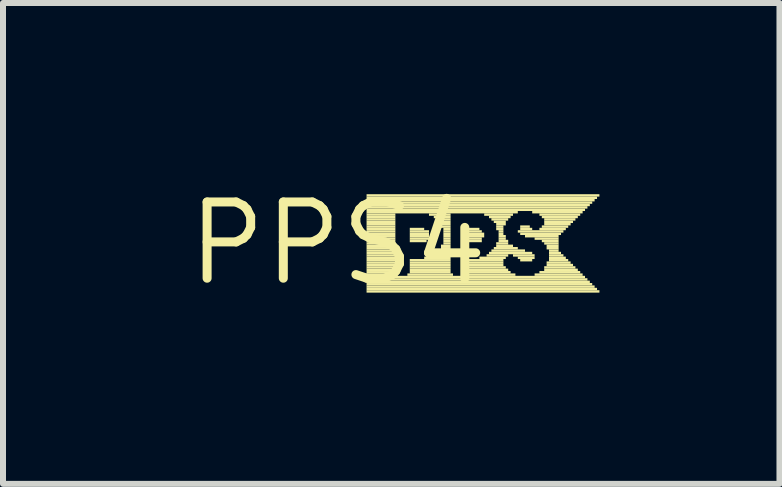
<source format=kicad_pcb>
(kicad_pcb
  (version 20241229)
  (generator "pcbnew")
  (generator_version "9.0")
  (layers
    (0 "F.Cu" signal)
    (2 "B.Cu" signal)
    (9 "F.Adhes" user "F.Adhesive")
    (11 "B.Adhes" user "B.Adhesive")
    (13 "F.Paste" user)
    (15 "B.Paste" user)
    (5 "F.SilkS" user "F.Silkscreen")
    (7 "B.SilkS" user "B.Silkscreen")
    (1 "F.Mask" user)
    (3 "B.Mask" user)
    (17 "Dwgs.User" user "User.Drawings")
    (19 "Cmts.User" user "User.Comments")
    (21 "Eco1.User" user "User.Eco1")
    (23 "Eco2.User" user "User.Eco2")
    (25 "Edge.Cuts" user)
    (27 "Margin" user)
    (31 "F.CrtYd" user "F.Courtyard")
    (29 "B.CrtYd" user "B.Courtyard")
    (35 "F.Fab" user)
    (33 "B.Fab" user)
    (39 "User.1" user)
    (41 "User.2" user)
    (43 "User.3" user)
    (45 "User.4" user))
  (footprint "PPS4"
    (layer "F.Cu")
    (at 2.578 1.006)
    (property "Reference" "PPS4" (at 0 0 0) (layer "F.SilkS") (effects (font (size 1.27 1.27) (thickness 0.15))))
    (fp_poly (pts (xy 0.48 -0.78) (xy 4.36 -0.78) (xy 4.36 -0.82) (xy 0.48 -0.82)) (stroke (width 0) (type solid)) (fill yes) (layer "F.SilkS"))
    (fp_poly (pts (xy 0.48 -0.74) (xy 4.32 -0.74) (xy 4.32 -0.78) (xy 0.48 -0.78)) (stroke (width 0) (type solid)) (fill yes) (layer "F.SilkS"))
    (fp_poly (pts (xy 0.48 -0.7) (xy 4.28 -0.7) (xy 4.28 -0.74) (xy 0.48 -0.74)) (stroke (width 0) (type solid)) (fill yes) (layer "F.SilkS"))
    (fp_poly (pts (xy 0.48 -0.66) (xy 4.24 -0.66) (xy 4.24 -0.7) (xy 0.48 -0.7)) (stroke (width 0) (type solid)) (fill yes) (layer "F.SilkS"))
    (fp_poly (pts (xy 0.48 -0.62) (xy 4.2 -0.62) (xy 4.2 -0.66) (xy 0.48 -0.66)) (stroke (width 0) (type solid)) (fill yes) (layer "F.SilkS"))
    (fp_poly (pts (xy 0.48 -0.58) (xy 4.16 -0.58) (xy 4.16 -0.62) (xy 0.48 -0.62)) (stroke (width 0) (type solid)) (fill yes) (layer "F.SilkS"))
    (fp_poly (pts (xy 0.48 -0.54) (xy 4.12 -0.54) (xy 4.12 -0.58) (xy 0.48 -0.58)) (stroke (width 0) (type solid)) (fill yes) (layer "F.SilkS"))
    (fp_poly (pts (xy 0.48 -0.5) (xy 3 -0.5) (xy 3 -0.54) (xy 0.48 -0.54)) (stroke (width 0) (type solid)) (fill yes) (layer "F.SilkS"))
    (fp_poly (pts (xy 0.48 -0.46) (xy 0.96 -0.46) (xy 0.96 -0.5) (xy 0.48 -0.5)) (stroke (width 0) (type solid)) (fill yes) (layer "F.SilkS"))
    (fp_poly (pts (xy 0.48 -0.42) (xy 0.96 -0.42) (xy 0.96 -0.46) (xy 0.48 -0.46)) (stroke (width 0) (type solid)) (fill yes) (layer "F.SilkS"))
    (fp_poly (pts (xy 0.48 -0.38) (xy 0.96 -0.38) (xy 0.96 -0.42) (xy 0.48 -0.42)) (stroke (width 0) (type solid)) (fill yes) (layer "F.SilkS"))
    (fp_poly (pts (xy 0.48 -0.34) (xy 0.96 -0.34) (xy 0.96 -0.38) (xy 0.48 -0.38)) (stroke (width 0) (type solid)) (fill yes) (layer "F.SilkS"))
    (fp_poly (pts (xy 0.48 -0.3) (xy 0.96 -0.3) (xy 0.96 -0.34) (xy 0.48 -0.34)) (stroke (width 0) (type solid)) (fill yes) (layer "F.SilkS"))
    (fp_poly (pts (xy 0.48 -0.26) (xy 0.96 -0.26) (xy 0.96 -0.3) (xy 0.48 -0.3)) (stroke (width 0) (type solid)) (fill yes) (layer "F.SilkS"))
    (fp_poly (pts (xy 0.48 -0.22) (xy 0.96 -0.22) (xy 0.96 -0.26) (xy 0.48 -0.26)) (stroke (width 0) (type solid)) (fill yes) (layer "F.SilkS"))
    (fp_poly (pts (xy 0.48 -0.18) (xy 0.96 -0.18) (xy 0.96 -0.22) (xy 0.48 -0.22)) (stroke (width 0) (type solid)) (fill yes) (layer "F.SilkS"))
    (fp_poly (pts (xy 0.48 -0.14) (xy 0.96 -0.14) (xy 0.96 -0.18) (xy 0.48 -0.18)) (stroke (width 0) (type solid)) (fill yes) (layer "F.SilkS"))
    (fp_poly (pts (xy 0.48 -0.1) (xy 0.96 -0.1) (xy 0.96 -0.14) (xy 0.48 -0.14)) (stroke (width 0) (type solid)) (fill yes) (layer "F.SilkS"))
    (fp_poly (pts (xy 0.48 -0.06) (xy 0.96 -0.06) (xy 0.96 -0.1) (xy 0.48 -0.1)) (stroke (width 0) (type solid)) (fill yes) (layer "F.SilkS"))
    (fp_poly (pts (xy 0.48 -0.02) (xy 0.96 -0.02) (xy 0.96 -0.06) (xy 0.48 -0.06)) (stroke (width 0) (type solid)) (fill yes) (layer "F.SilkS"))
    (fp_poly (pts (xy 0.48 0.02) (xy 0.96 0.02) (xy 0.96 -0.02) (xy 0.48 -0.02)) (stroke (width 0) (type solid)) (fill yes) (layer "F.SilkS"))
    (fp_poly (pts (xy 0.48 0.06) (xy 0.96 0.06) (xy 0.96 0.02) (xy 0.48 0.02)) (stroke (width 0) (type solid)) (fill yes) (layer "F.SilkS"))
    (fp_poly (pts (xy 0.48 0.1) (xy 0.96 0.1) (xy 0.96 0.06) (xy 0.48 0.06)) (stroke (width 0) (type solid)) (fill yes) (layer "F.SilkS"))
    (fp_poly (pts (xy 0.48 0.14) (xy 0.96 0.14) (xy 0.96 0.1) (xy 0.48 0.1)) (stroke (width 0) (type solid)) (fill yes) (layer "F.SilkS"))
    (fp_poly (pts (xy 0.48 0.18) (xy 0.96 0.18) (xy 0.96 0.14) (xy 0.48 0.14)) (stroke (width 0) (type solid)) (fill yes) (layer "F.SilkS"))
    (fp_poly (pts (xy 0.48 0.22) (xy 0.96 0.22) (xy 0.96 0.18) (xy 0.48 0.18)) (stroke (width 0) (type solid)) (fill yes) (layer "F.SilkS"))
    (fp_poly (pts (xy 0.48 0.26) (xy 0.96 0.26) (xy 0.96 0.22) (xy 0.48 0.22)) (stroke (width 0) (type solid)) (fill yes) (layer "F.SilkS"))
    (fp_poly (pts (xy 0.48 0.3) (xy 0.96 0.3) (xy 0.96 0.26) (xy 0.48 0.26)) (stroke (width 0) (type solid)) (fill yes) (layer "F.SilkS"))
    (fp_poly (pts (xy 0.48 0.34) (xy 0.96 0.34) (xy 0.96 0.3) (xy 0.48 0.3)) (stroke (width 0) (type solid)) (fill yes) (layer "F.SilkS"))
    (fp_poly (pts (xy 0.48 0.38) (xy 0.96 0.38) (xy 0.96 0.34) (xy 0.48 0.34)) (stroke (width 0) (type solid)) (fill yes) (layer "F.SilkS"))
    (fp_poly (pts (xy 0.48 0.42) (xy 0.96 0.42) (xy 0.96 0.38) (xy 0.48 0.38)) (stroke (width 0) (type solid)) (fill yes) (layer "F.SilkS"))
    (fp_poly (pts (xy 0.48 0.46) (xy 0.96 0.46) (xy 0.96 0.42) (xy 0.48 0.42)) (stroke (width 0) (type solid)) (fill yes) (layer "F.SilkS"))
    (fp_poly (pts (xy 0.48 0.5) (xy 0.96 0.5) (xy 0.96 0.46) (xy 0.48 0.46)) (stroke (width 0) (type solid)) (fill yes) (layer "F.SilkS"))
    (fp_poly (pts (xy 0.48 0.54) (xy 1 0.54) (xy 1 0.5) (xy 0.48 0.5)) (stroke (width 0) (type solid)) (fill yes) (layer "F.SilkS"))
    (fp_poly (pts (xy 0.48 0.58) (xy 4.12 0.58) (xy 4.12 0.54) (xy 0.48 0.54)) (stroke (width 0) (type solid)) (fill yes) (layer "F.SilkS"))
    (fp_poly (pts (xy 0.48 0.62) (xy 4.16 0.62) (xy 4.16 0.58) (xy 0.48 0.58)) (stroke (width 0) (type solid)) (fill yes) (layer "F.SilkS"))
    (fp_poly (pts (xy 0.48 0.66) (xy 4.2 0.66) (xy 4.2 0.62) (xy 0.48 0.62)) (stroke (width 0) (type solid)) (fill yes) (layer "F.SilkS"))
    (fp_poly (pts (xy 0.48 0.7) (xy 4.24 0.7) (xy 4.24 0.66) (xy 0.48 0.66)) (stroke (width 0) (type solid)) (fill yes) (layer "F.SilkS"))
    (fp_poly (pts (xy 0.48 0.74) (xy 4.28 0.74) (xy 4.28 0.7) (xy 0.48 0.7)) (stroke (width 0) (type solid)) (fill yes) (layer "F.SilkS"))
    (fp_poly (pts (xy 0.48 0.78) (xy 4.32 0.78) (xy 4.32 0.74) (xy 0.48 0.74)) (stroke (width 0) (type solid)) (fill yes) (layer "F.SilkS"))
    (fp_poly (pts (xy 0.48 0.82) (xy 4.36 0.82) (xy 4.36 0.78) (xy 0.48 0.78)) (stroke (width 0) (type solid)) (fill yes) (layer "F.SilkS"))
    (fp_poly (pts (xy 1.16 0.54) (xy 1.92 0.54) (xy 1.92 0.5) (xy 1.16 0.5)) (stroke (width 0) (type solid)) (fill yes) (layer "F.SilkS"))
    (fp_poly (pts (xy 1.2 -0.22) (xy 1.44 -0.22) (xy 1.44 -0.26) (xy 1.2 -0.26)) (stroke (width 0) (type solid)) (fill yes) (layer "F.SilkS"))
    (fp_poly (pts (xy 1.2 -0.18) (xy 1.52 -0.18) (xy 1.52 -0.22) (xy 1.2 -0.22)) (stroke (width 0) (type solid)) (fill yes) (layer "F.SilkS"))
    (fp_poly (pts (xy 1.2 -0.14) (xy 1.52 -0.14) (xy 1.52 -0.18) (xy 1.2 -0.18)) (stroke (width 0) (type solid)) (fill yes) (layer "F.SilkS"))
    (fp_poly (pts (xy 1.2 -0.1) (xy 1.52 -0.1) (xy 1.52 -0.14) (xy 1.2 -0.14)) (stroke (width 0) (type solid)) (fill yes) (layer "F.SilkS"))
    (fp_poly (pts (xy 1.2 -0.06) (xy 1.52 -0.06) (xy 1.52 -0.1) (xy 1.2 -0.1)) (stroke (width 0) (type solid)) (fill yes) (layer "F.SilkS"))
    (fp_poly (pts (xy 1.2 -0.02) (xy 1.48 -0.02) (xy 1.48 -0.06) (xy 1.2 -0.06)) (stroke (width 0) (type solid)) (fill yes) (layer "F.SilkS"))
    (fp_poly (pts (xy 1.2 0.3) (xy 1.88 0.3) (xy 1.88 0.26) (xy 1.2 0.26)) (stroke (width 0) (type solid)) (fill yes) (layer "F.SilkS"))
    (fp_poly (pts (xy 1.2 0.34) (xy 1.88 0.34) (xy 1.88 0.3) (xy 1.2 0.3)) (stroke (width 0) (type solid)) (fill yes) (layer "F.SilkS"))
    (fp_poly (pts (xy 1.2 0.38) (xy 1.88 0.38) (xy 1.88 0.34) (xy 1.2 0.34)) (stroke (width 0) (type solid)) (fill yes) (layer "F.SilkS"))
    (fp_poly (pts (xy 1.2 0.42) (xy 1.88 0.42) (xy 1.88 0.38) (xy 1.2 0.38)) (stroke (width 0) (type solid)) (fill yes) (layer "F.SilkS"))
    (fp_poly (pts (xy 1.2 0.46) (xy 1.88 0.46) (xy 1.88 0.42) (xy 1.2 0.42)) (stroke (width 0) (type solid)) (fill yes) (layer "F.SilkS"))
    (fp_poly (pts (xy 1.2 0.5) (xy 1.88 0.5) (xy 1.88 0.46) (xy 1.2 0.46)) (stroke (width 0) (type solid)) (fill yes) (layer "F.SilkS"))
    (fp_poly (pts (xy 1.44 0.26) (xy 1.88 0.26) (xy 1.88 0.22) (xy 1.44 0.22)) (stroke (width 0) (type solid)) (fill yes) (layer "F.SilkS"))
    (fp_poly (pts (xy 1.52 -0.46) (xy 1.88 -0.46) (xy 1.88 -0.5) (xy 1.52 -0.5)) (stroke (width 0) (type solid)) (fill yes) (layer "F.SilkS"))
    (fp_poly (pts (xy 1.56 0.22) (xy 1.88 0.22) (xy 1.88 0.18) (xy 1.56 0.18)) (stroke (width 0) (type solid)) (fill yes) (layer "F.SilkS"))
    (fp_poly (pts (xy 1.6 -0.42) (xy 1.88 -0.42) (xy 1.88 -0.46) (xy 1.6 -0.46)) (stroke (width 0) (type solid)) (fill yes) (layer "F.SilkS"))
    (fp_poly (pts (xy 1.64 -0.38) (xy 1.88 -0.38) (xy 1.88 -0.42) (xy 1.64 -0.42)) (stroke (width 0) (type solid)) (fill yes) (layer "F.SilkS"))
    (fp_poly (pts (xy 1.64 0.18) (xy 1.88 0.18) (xy 1.88 0.14) (xy 1.64 0.14)) (stroke (width 0) (type solid)) (fill yes) (layer "F.SilkS"))
    (fp_poly (pts (xy 1.68 -0.34) (xy 1.88 -0.34) (xy 1.88 -0.38) (xy 1.68 -0.38)) (stroke (width 0) (type solid)) (fill yes) (layer "F.SilkS"))
    (fp_poly (pts (xy 1.68 0.14) (xy 1.88 0.14) (xy 1.88 0.1) (xy 1.68 0.1)) (stroke (width 0) (type solid)) (fill yes) (layer "F.SilkS"))
    (fp_poly (pts (xy 1.72 -0.3) (xy 1.88 -0.3) (xy 1.88 -0.34) (xy 1.72 -0.34)) (stroke (width 0) (type solid)) (fill yes) (layer "F.SilkS"))
    (fp_poly (pts (xy 1.72 -0.26) (xy 1.88 -0.26) (xy 1.88 -0.3) (xy 1.72 -0.3)) (stroke (width 0) (type solid)) (fill yes) (layer "F.SilkS"))
    (fp_poly (pts (xy 1.72 0.06) (xy 1.88 0.06) (xy 1.88 0.02) (xy 1.72 0.02)) (stroke (width 0) (type solid)) (fill yes) (layer "F.SilkS"))
    (fp_poly (pts (xy 1.72 0.1) (xy 1.88 0.1) (xy 1.88 0.06) (xy 1.72 0.06)) (stroke (width 0) (type solid)) (fill yes) (layer "F.SilkS"))
    (fp_poly (pts (xy 1.76 -0.22) (xy 1.88 -0.22) (xy 1.88 -0.26) (xy 1.76 -0.26)) (stroke (width 0) (type solid)) (fill yes) (layer "F.SilkS"))
    (fp_poly (pts (xy 1.76 -0.18) (xy 1.88 -0.18) (xy 1.88 -0.22) (xy 1.76 -0.22)) (stroke (width 0) (type solid)) (fill yes) (layer "F.SilkS"))
    (fp_poly (pts (xy 1.76 -0.14) (xy 1.88 -0.14) (xy 1.88 -0.18) (xy 1.76 -0.18)) (stroke (width 0) (type solid)) (fill yes) (layer "F.SilkS"))
    (fp_poly (pts (xy 1.76 -0.1) (xy 1.88 -0.1) (xy 1.88 -0.14) (xy 1.76 -0.14)) (stroke (width 0) (type solid)) (fill yes) (layer "F.SilkS"))
    (fp_poly (pts (xy 1.76 -0.06) (xy 1.88 -0.06) (xy 1.88 -0.1) (xy 1.76 -0.1)) (stroke (width 0) (type solid)) (fill yes) (layer "F.SilkS"))
    (fp_poly (pts (xy 1.76 -0.02) (xy 1.88 -0.02) (xy 1.88 -0.06) (xy 1.76 -0.06)) (stroke (width 0) (type solid)) (fill yes) (layer "F.SilkS"))
    (fp_poly (pts (xy 1.76 0.02) (xy 1.88 0.02) (xy 1.88 -0.02) (xy 1.76 -0.02)) (stroke (width 0) (type solid)) (fill yes) (layer "F.SilkS"))
    (fp_poly (pts (xy 2.08 0.54) (xy 2.96 0.54) (xy 2.96 0.5) (xy 2.08 0.5)) (stroke (width 0) (type solid)) (fill yes) (layer "F.SilkS"))
    (fp_poly (pts (xy 2.12 -0.22) (xy 2.36 -0.22) (xy 2.36 -0.26) (xy 2.12 -0.26)) (stroke (width 0) (type solid)) (fill yes) (layer "F.SilkS"))
    (fp_poly (pts (xy 2.12 -0.18) (xy 2.4 -0.18) (xy 2.4 -0.22) (xy 2.12 -0.22)) (stroke (width 0) (type solid)) (fill yes) (layer "F.SilkS"))
    (fp_poly (pts (xy 2.12 -0.14) (xy 2.44 -0.14) (xy 2.44 -0.18) (xy 2.12 -0.18)) (stroke (width 0) (type solid)) (fill yes) (layer "F.SilkS"))
    (fp_poly (pts (xy 2.12 -0.1) (xy 2.44 -0.1) (xy 2.44 -0.14) (xy 2.12 -0.14)) (stroke (width 0) (type solid)) (fill yes) (layer "F.SilkS"))
    (fp_poly (pts (xy 2.12 -0.06) (xy 2.4 -0.06) (xy 2.4 -0.1) (xy 2.12 -0.1)) (stroke (width 0) (type solid)) (fill yes) (layer "F.SilkS"))
    (fp_poly (pts (xy 2.12 -0.02) (xy 2.4 -0.02) (xy 2.4 -0.06) (xy 2.12 -0.06)) (stroke (width 0) (type solid)) (fill yes) (layer "F.SilkS"))
    (fp_poly (pts (xy 2.12 0.3) (xy 2.76 0.3) (xy 2.76 0.26) (xy 2.12 0.26)) (stroke (width 0) (type solid)) (fill yes) (layer "F.SilkS"))
    (fp_poly (pts (xy 2.12 0.34) (xy 2.76 0.34) (xy 2.76 0.3) (xy 2.12 0.3)) (stroke (width 0) (type solid)) (fill yes) (layer "F.SilkS"))
    (fp_poly (pts (xy 2.12 0.38) (xy 2.76 0.38) (xy 2.76 0.34) (xy 2.12 0.34)) (stroke (width 0) (type solid)) (fill yes) (layer "F.SilkS"))
    (fp_poly (pts (xy 2.12 0.42) (xy 2.8 0.42) (xy 2.8 0.38) (xy 2.12 0.38)) (stroke (width 0) (type solid)) (fill yes) (layer "F.SilkS"))
    (fp_poly (pts (xy 2.12 0.46) (xy 2.84 0.46) (xy 2.84 0.42) (xy 2.12 0.42)) (stroke (width 0) (type solid)) (fill yes) (layer "F.SilkS"))
    (fp_poly (pts (xy 2.12 0.5) (xy 2.88 0.5) (xy 2.88 0.46) (xy 2.12 0.46)) (stroke (width 0) (type solid)) (fill yes) (layer "F.SilkS"))
    (fp_poly (pts (xy 2.36 0.26) (xy 2.8 0.26) (xy 2.8 0.22) (xy 2.36 0.22)) (stroke (width 0) (type solid)) (fill yes) (layer "F.SilkS"))
    (fp_poly (pts (xy 2.44 -0.46) (xy 2.92 -0.46) (xy 2.92 -0.5) (xy 2.44 -0.5)) (stroke (width 0) (type solid)) (fill yes) (layer "F.SilkS"))
    (fp_poly (pts (xy 2.48 0.22) (xy 2.84 0.22) (xy 2.84 0.18) (xy 2.48 0.18)) (stroke (width 0) (type solid)) (fill yes) (layer "F.SilkS"))
    (fp_poly (pts (xy 2.52 -0.42) (xy 2.88 -0.42) (xy 2.88 -0.46) (xy 2.52 -0.46)) (stroke (width 0) (type solid)) (fill yes) (layer "F.SilkS"))
    (fp_poly (pts (xy 2.52 0.18) (xy 3.24 0.18) (xy 3.24 0.14) (xy 2.52 0.14)) (stroke (width 0) (type solid)) (fill yes) (layer "F.SilkS"))
    (fp_poly (pts (xy 2.56 -0.38) (xy 2.84 -0.38) (xy 2.84 -0.42) (xy 2.56 -0.42)) (stroke (width 0) (type solid)) (fill yes) (layer "F.SilkS"))
    (fp_poly (pts (xy 2.56 0.14) (xy 3.12 0.14) (xy 3.12 0.1) (xy 2.56 0.1)) (stroke (width 0) (type solid)) (fill yes) (layer "F.SilkS"))
    (fp_poly (pts (xy 2.6 -0.34) (xy 2.8 -0.34) (xy 2.8 -0.38) (xy 2.6 -0.38)) (stroke (width 0) (type solid)) (fill yes) (layer "F.SilkS"))
    (fp_poly (pts (xy 2.6 0.1) (xy 3 0.1) (xy 3 0.06) (xy 2.6 0.06)) (stroke (width 0) (type solid)) (fill yes) (layer "F.SilkS"))
    (fp_poly (pts (xy 2.64 -0.3) (xy 2.8 -0.3) (xy 2.8 -0.34) (xy 2.64 -0.34)) (stroke (width 0) (type solid)) (fill yes) (layer "F.SilkS"))
    (fp_poly (pts (xy 2.64 -0.26) (xy 2.76 -0.26) (xy 2.76 -0.3) (xy 2.64 -0.3)) (stroke (width 0) (type solid)) (fill yes) (layer "F.SilkS"))
    (fp_poly (pts (xy 2.64 -0.22) (xy 2.76 -0.22) (xy 2.76 -0.26) (xy 2.64 -0.26)) (stroke (width 0) (type solid)) (fill yes) (layer "F.SilkS"))
    (fp_poly (pts (xy 2.64 0.02) (xy 2.84 0.02) (xy 2.84 -0.02) (xy 2.64 -0.02)) (stroke (width 0) (type solid)) (fill yes) (layer "F.SilkS"))
    (fp_poly (pts (xy 2.64 0.06) (xy 2.92 0.06) (xy 2.92 0.02) (xy 2.64 0.02)) (stroke (width 0) (type solid)) (fill yes) (layer "F.SilkS"))
    (fp_poly (pts (xy 2.68 -0.18) (xy 2.76 -0.18) (xy 2.76 -0.22) (xy 2.68 -0.22)) (stroke (width 0) (type solid)) (fill yes) (layer "F.SilkS"))
    (fp_poly (pts (xy 2.68 -0.14) (xy 2.76 -0.14) (xy 2.76 -0.18) (xy 2.68 -0.18)) (stroke (width 0) (type solid)) (fill yes) (layer "F.SilkS"))
    (fp_poly (pts (xy 2.68 -0.1) (xy 2.8 -0.1) (xy 2.8 -0.14) (xy 2.68 -0.14)) (stroke (width 0) (type solid)) (fill yes) (layer "F.SilkS"))
    (fp_poly (pts (xy 2.68 -0.06) (xy 2.8 -0.06) (xy 2.8 -0.1) (xy 2.68 -0.1)) (stroke (width 0) (type solid)) (fill yes) (layer "F.SilkS"))
    (fp_poly (pts (xy 2.68 -0.02) (xy 2.84 -0.02) (xy 2.84 -0.06) (xy 2.68 -0.06)) (stroke (width 0) (type solid)) (fill yes) (layer "F.SilkS"))
    (fp_poly (pts (xy 2.92 0.22) (xy 3.28 0.22) (xy 3.28 0.18) (xy 2.92 0.18)) (stroke (width 0) (type solid)) (fill yes) (layer "F.SilkS"))
    (fp_poly (pts (xy 3 -0.18) (xy 3.76 -0.18) (xy 3.76 -0.22) (xy 3 -0.22)) (stroke (width 0) (type solid)) (fill yes) (layer "F.SilkS"))
    (fp_poly (pts (xy 3 0.26) (xy 3.28 0.26) (xy 3.28 0.22) (xy 3 0.22)) (stroke (width 0) (type solid)) (fill yes) (layer "F.SilkS"))
    (fp_poly (pts (xy 3.04 -0.26) (xy 3.2 -0.26) (xy 3.2 -0.3) (xy 3.04 -0.3)) (stroke (width 0) (type solid)) (fill yes) (layer "F.SilkS"))
    (fp_poly (pts (xy 3.04 -0.22) (xy 3.24 -0.22) (xy 3.24 -0.26) (xy 3.04 -0.26)) (stroke (width 0) (type solid)) (fill yes) (layer "F.SilkS"))
    (fp_poly (pts (xy 3.04 -0.14) (xy 3.72 -0.14) (xy 3.72 -0.18) (xy 3.04 -0.18)) (stroke (width 0) (type solid)) (fill yes) (layer "F.SilkS"))
    (fp_poly (pts (xy 3.04 0.3) (xy 3.24 0.3) (xy 3.24 0.26) (xy 3.04 0.26)) (stroke (width 0) (type solid)) (fill yes) (layer "F.SilkS"))
    (fp_poly (pts (xy 3.12 -0.1) (xy 3.68 -0.1) (xy 3.68 -0.14) (xy 3.12 -0.14)) (stroke (width 0) (type solid)) (fill yes) (layer "F.SilkS"))
    (fp_poly (pts (xy 3.24 -0.5) (xy 4.08 -0.5) (xy 4.08 -0.54) (xy 3.24 -0.54)) (stroke (width 0) (type solid)) (fill yes) (layer "F.SilkS"))
    (fp_poly (pts (xy 3.28 -0.06) (xy 3.68 -0.06) (xy 3.68 -0.1) (xy 3.28 -0.1)) (stroke (width 0) (type solid)) (fill yes) (layer "F.SilkS"))
    (fp_poly (pts (xy 3.28 0.54) (xy 4.08 0.54) (xy 4.08 0.5) (xy 3.28 0.5)) (stroke (width 0) (type solid)) (fill yes) (layer "F.SilkS"))
    (fp_poly (pts (xy 3.36 -0.46) (xy 4.04 -0.46) (xy 4.04 -0.5) (xy 3.36 -0.5)) (stroke (width 0) (type solid)) (fill yes) (layer "F.SilkS"))
    (fp_poly (pts (xy 3.36 -0.22) (xy 3.8 -0.22) (xy 3.8 -0.26) (xy 3.36 -0.26)) (stroke (width 0) (type solid)) (fill yes) (layer "F.SilkS"))
    (fp_poly (pts (xy 3.36 0.5) (xy 4.04 0.5) (xy 4.04 0.46) (xy 3.36 0.46)) (stroke (width 0) (type solid)) (fill yes) (layer "F.SilkS"))
    (fp_poly (pts (xy 3.4 -0.42) (xy 4 -0.42) (xy 4 -0.46) (xy 3.4 -0.46)) (stroke (width 0) (type solid)) (fill yes) (layer "F.SilkS"))
    (fp_poly (pts (xy 3.4 -0.26) (xy 3.84 -0.26) (xy 3.84 -0.3) (xy 3.4 -0.3)) (stroke (width 0) (type solid)) (fill yes) (layer "F.SilkS"))
    (fp_poly (pts (xy 3.4 -0.02) (xy 3.68 -0.02) (xy 3.68 -0.06) (xy 3.4 -0.06)) (stroke (width 0) (type solid)) (fill yes) (layer "F.SilkS"))
    (fp_poly (pts (xy 3.44 -0.38) (xy 3.96 -0.38) (xy 3.96 -0.42) (xy 3.44 -0.42)) (stroke (width 0) (type solid)) (fill yes) (layer "F.SilkS"))
    (fp_poly (pts (xy 3.44 -0.34) (xy 3.92 -0.34) (xy 3.92 -0.38) (xy 3.44 -0.38)) (stroke (width 0) (type solid)) (fill yes) (layer "F.SilkS"))
    (fp_poly (pts (xy 3.44 -0.3) (xy 3.88 -0.3) (xy 3.88 -0.34) (xy 3.44 -0.34)) (stroke (width 0) (type solid)) (fill yes) (layer "F.SilkS"))
    (fp_poly (pts (xy 3.44 0.02) (xy 3.68 0.02) (xy 3.68 -0.02) (xy 3.44 -0.02)) (stroke (width 0) (type solid)) (fill yes) (layer "F.SilkS"))
    (fp_poly (pts (xy 3.44 0.42) (xy 3.96 0.42) (xy 3.96 0.38) (xy 3.44 0.38)) (stroke (width 0) (type solid)) (fill yes) (layer "F.SilkS"))
    (fp_poly (pts (xy 3.44 0.46) (xy 4 0.46) (xy 4 0.42) (xy 3.44 0.42)) (stroke (width 0) (type solid)) (fill yes) (layer "F.SilkS"))
    (fp_poly (pts (xy 3.48 0.06) (xy 3.68 0.06) (xy 3.68 0.02) (xy 3.48 0.02)) (stroke (width 0) (type solid)) (fill yes) (layer "F.SilkS"))
    (fp_poly (pts (xy 3.48 0.1) (xy 3.68 0.1) (xy 3.68 0.06) (xy 3.48 0.06)) (stroke (width 0) (type solid)) (fill yes) (layer "F.SilkS"))
    (fp_poly (pts (xy 3.48 0.34) (xy 3.88 0.34) (xy 3.88 0.3) (xy 3.48 0.3)) (stroke (width 0) (type solid)) (fill yes) (layer "F.SilkS"))
    (fp_poly (pts (xy 3.48 0.38) (xy 3.92 0.38) (xy 3.92 0.34) (xy 3.48 0.34)) (stroke (width 0) (type solid)) (fill yes) (layer "F.SilkS"))
    (fp_poly (pts (xy 3.52 0.14) (xy 3.68 0.14) (xy 3.68 0.1) (xy 3.52 0.1)) (stroke (width 0) (type solid)) (fill yes) (layer "F.SilkS"))
    (fp_poly (pts (xy 3.52 0.18) (xy 3.72 0.18) (xy 3.72 0.14) (xy 3.52 0.14)) (stroke (width 0) (type solid)) (fill yes) (layer "F.SilkS"))
    (fp_poly (pts (xy 3.52 0.22) (xy 3.76 0.22) (xy 3.76 0.18) (xy 3.52 0.18)) (stroke (width 0) (type solid)) (fill yes) (layer "F.SilkS"))
    (fp_poly (pts (xy 3.52 0.26) (xy 3.8 0.26) (xy 3.8 0.22) (xy 3.52 0.22)) (stroke (width 0) (type solid)) (fill yes) (layer "F.SilkS"))
    (fp_poly (pts (xy 3.52 0.3) (xy 3.84 0.3) (xy 3.84 0.26) (xy 3.52 0.26)) (stroke (width 0) (type solid)) (fill yes) (layer "F.SilkS")))
  (gr_rect
    (start -3 -3)
    (end 9.938 5.012)
    (stroke (width 0.1) (type default))
    (fill no)
    (layer "Edge.Cuts")))
</source>
